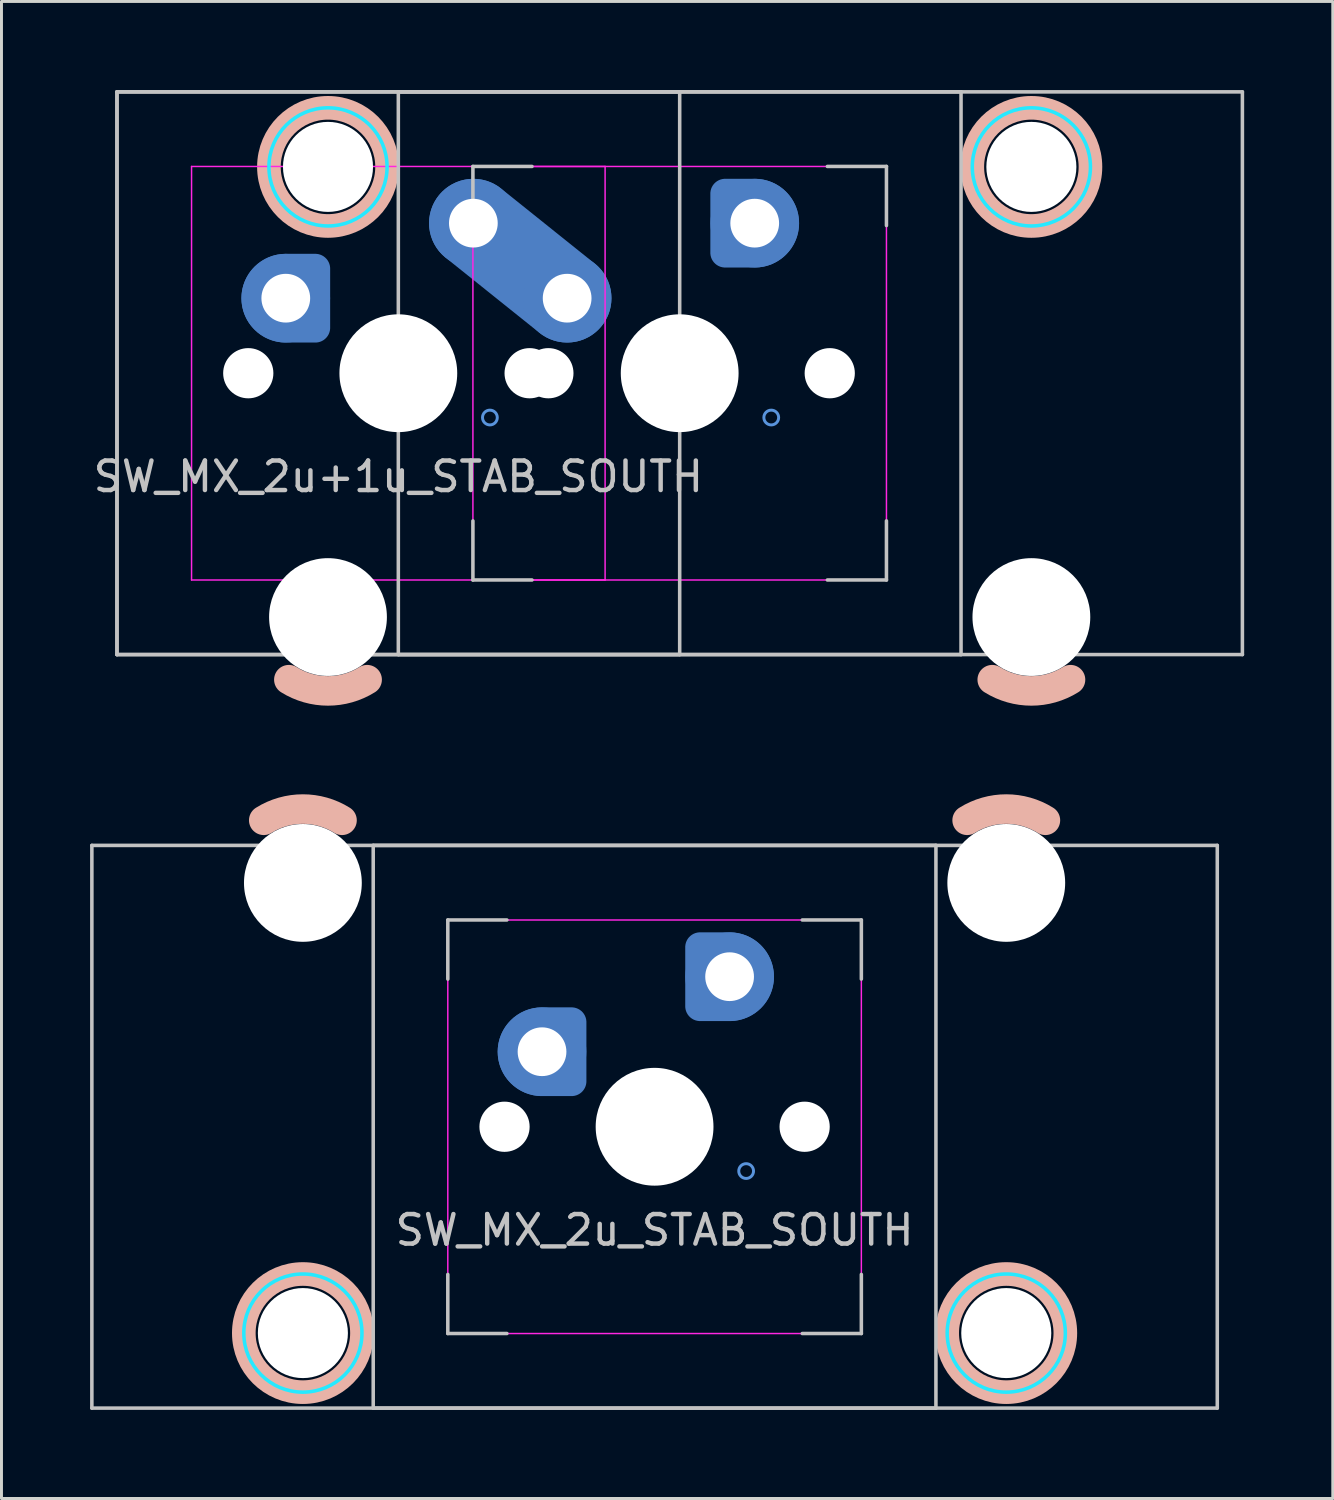
<source format=kicad_pcb>
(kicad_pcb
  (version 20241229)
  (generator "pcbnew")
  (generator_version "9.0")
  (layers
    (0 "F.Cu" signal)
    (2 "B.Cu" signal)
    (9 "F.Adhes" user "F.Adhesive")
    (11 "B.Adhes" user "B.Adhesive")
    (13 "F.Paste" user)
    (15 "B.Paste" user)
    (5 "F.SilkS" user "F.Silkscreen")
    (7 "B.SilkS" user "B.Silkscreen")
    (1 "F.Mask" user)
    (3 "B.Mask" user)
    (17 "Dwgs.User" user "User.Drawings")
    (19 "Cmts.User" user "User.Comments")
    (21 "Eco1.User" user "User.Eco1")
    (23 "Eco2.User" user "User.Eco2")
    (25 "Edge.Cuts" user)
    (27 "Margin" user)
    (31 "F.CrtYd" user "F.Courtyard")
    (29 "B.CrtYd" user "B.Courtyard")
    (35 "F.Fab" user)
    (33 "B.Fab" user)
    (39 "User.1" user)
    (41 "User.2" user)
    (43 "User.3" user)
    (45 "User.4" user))
  (footprint "SW_MX_2u+1u_STAB_SOUTH"
    (layer "F.Cu")
    (at 10.435 9.585)
    (property "Reference" "SW_MX_2u+1u_STAB_SOUTH" (at 0 3.5 0) (layer "Dwgs.User") (effects (font (size 1 1) (thickness 0.15))))
    (attr through_hole)
    (fp_arc (start -1.056252 10.374995) (mid -2.38125 10.755) (end -3.706248 10.374995) (stroke (width 1) (type default)) (layer "B.SilkS"))
    (fp_arc (start 22.756248 10.374995) (mid 21.43125 10.755) (end 20.106252 10.374995) (stroke (width 1) (type default)) (layer "B.SilkS"))
    (fp_circle (center -2.381 -6.985) (end -4.381 -6.985) (stroke (width 0.8) (type solid)) (fill no) (layer "B.SilkS"))
    (fp_circle (center 21.431 -6.985) (end 19.431 -6.985) (stroke (width 0.8) (type solid)) (fill no) (layer "B.SilkS"))
    (fp_line (start -9.525 -9.525) (end -9.525 9.525) (stroke (width 0.12) (type solid)) (layer "Dwgs.User"))
    (fp_line (start -9.525 -9.525) (end -9.525 9.525) (stroke (width 0.12) (type solid)) (layer "Dwgs.User"))
    (fp_line (start -9.525 -9.525) (end 28.575 -9.525) (stroke (width 0.12) (type solid)) (layer "Dwgs.User"))
    (fp_line (start -9.525 9.525) (end 9.525 9.525) (stroke (width 0.12) (type solid)) (layer "Dwgs.User"))
    (fp_line (start -9.525 9.525) (end 28.575 9.525) (stroke (width 0.12) (type solid)) (layer "Dwgs.User"))
    (fp_line (start 0 -9.525) (end 0 9.525) (stroke (width 0.12) (type solid)) (layer "Dwgs.User"))
    (fp_line (start 0 9.525) (end 19.05 9.525) (stroke (width 0.12) (type solid)) (layer "Dwgs.User"))
    (fp_line (start 2.525 -7) (end 4.525 -7) (stroke (width 0.12) (type solid)) (layer "Dwgs.User"))
    (fp_line (start 2.525 -5) (end 2.525 -7) (stroke (width 0.12) (type solid)) (layer "Dwgs.User"))
    (fp_line (start 2.525 7) (end 2.525 5) (stroke (width 0.12) (type solid)) (layer "Dwgs.User"))
    (fp_line (start 4.525 7) (end 2.525 7) (stroke (width 0.12) (type solid)) (layer "Dwgs.User"))
    (fp_line (start 9.525 -9.525) (end -9.525 -9.525) (stroke (width 0.12) (type solid)) (layer "Dwgs.User"))
    (fp_line (start 9.525 9.525) (end 9.525 -9.525) (stroke (width 0.12) (type solid)) (layer "Dwgs.User"))
    (fp_line (start 14.525 -7) (end 16.525 -7) (stroke (width 0.12) (type solid)) (layer "Dwgs.User"))
    (fp_line (start 14.525 7) (end 16.525 7) (stroke (width 0.12) (type solid)) (layer "Dwgs.User"))
    (fp_line (start 16.525 -7) (end 16.525 -5) (stroke (width 0.12) (type solid)) (layer "Dwgs.User"))
    (fp_line (start 16.525 7) (end 16.525 5) (stroke (width 0.12) (type solid)) (layer "Dwgs.User"))
    (fp_line (start 19.05 -9.525) (end 0 -9.525) (stroke (width 0.12) (type solid)) (layer "Dwgs.User"))
    (fp_line (start 19.05 9.525) (end 19.05 -9.525) (stroke (width 0.12) (type solid)) (layer "Dwgs.User"))
    (fp_line (start 28.575 -9.525) (end 28.575 9.525) (stroke (width 0.12) (type solid)) (layer "Dwgs.User"))
    (fp_circle (center -3.81 -2.54) (end -3.81 -2.79) (stroke (width 0.1) (type default)) (fill no) (layer "Cmts.User"))
    (fp_circle (center 2.54 -5.08) (end 2.54 -5.33) (stroke (width 0.1) (type default)) (fill no) (layer "Cmts.User"))
    (fp_circle (center 3.1 1.5) (end 3.35 1.5) (stroke (width 0.1) (type default)) (fill no) (layer "Cmts.User"))
    (fp_circle (center 5.715 -2.54) (end 5.715 -2.79) (stroke (width 0.1) (type default)) (fill no) (layer "Cmts.User"))
    (fp_circle (center 9.525 0) (end 9.525 -1) (stroke (width 0.1) (type default)) (fill no) (layer "Cmts.User"))
    (fp_circle (center 12.065 -5.08) (end 12.065 -5.33) (stroke (width 0.1) (type default)) (fill no) (layer "Cmts.User"))
    (fp_circle (center 12.065 -5.08) (end 12.065 -4.83) (stroke (width 0.1) (type default)) (fill no) (layer "Cmts.User"))
    (fp_circle (center 12.625 1.5) (end 12.875 1.5) (stroke (width 0.1) (type default)) (fill no) (layer "Cmts.User"))
    (fp_line (start -7 6.5) (end -7 -6.5) (stroke (width 0.05) (type solid)) (layer "Eco2.User"))
    (fp_line (start -6.5 -7) (end 6.5 -7) (stroke (width 0.05) (type solid)) (layer "Eco2.User"))
    (fp_line (start -5.756 -5.5) (end -5.756 7.5) (stroke (width 0.05) (type solid)) (layer "Eco2.User"))
    (fp_line (start -5.256 -6) (end 0.494 -6) (stroke (width 0.05) (type solid)) (layer "Eco2.User"))
    (fp_line (start -5.256 8) (end 0.494 8) (stroke (width 0.05) (type solid)) (layer "Eco2.User"))
    (fp_line (start 0.994 -5.5) (end 0.994 7.5) (stroke (width 0.05) (type solid)) (layer "Eco2.User"))
    (fp_line (start 2.525 6.5) (end 2.525 -6.5) (stroke (width 0.05) (type solid)) (layer "Eco2.User"))
    (fp_line (start 3.025 -7) (end 16.025 -7) (stroke (width 0.05) (type solid)) (layer "Eco2.User"))
    (fp_line (start 6.5 7) (end -6.5 7) (stroke (width 0.05) (type solid)) (layer "Eco2.User"))
    (fp_line (start 7 -6.5) (end 7 6.5) (stroke (width 0.05) (type solid)) (layer "Eco2.User"))
    (fp_line (start 16.025 7) (end 3.025 7) (stroke (width 0.05) (type solid)) (layer "Eco2.User"))
    (fp_line (start 16.525 -6.5) (end 16.525 6.5) (stroke (width 0.05) (type solid)) (layer "Eco2.User"))
    (fp_line (start 18.056 -5.5) (end 18.056 7.5) (stroke (width 0.05) (type solid)) (layer "Eco2.User"))
    (fp_line (start 18.556 -6) (end 24.305 -6) (stroke (width 0.05) (type solid)) (layer "Eco2.User"))
    (fp_line (start 18.556 8) (end 24.306 8) (stroke (width 0.05) (type solid)) (layer "Eco2.User"))
    (fp_line (start 24.805 -5.5) (end 24.806 7.5) (stroke (width 0.05) (type solid)) (layer "Eco2.User"))
    (fp_arc (start -7 -6.5) (mid -6.853553 -6.853553) (end -6.5 -7) (stroke (width 0.05) (type solid)) (layer "Eco2.User"))
    (fp_arc (start -6.5 7) (mid -6.853553 6.853553) (end -7 6.5) (stroke (width 0.05) (type solid)) (layer "Eco2.User"))
    (fp_arc (start -5.75625 -5.499999) (mid -5.609803 -5.853552) (end -5.25625 -5.999999) (stroke (width 0.05) (type solid)) (layer "Eco2.User"))
    (fp_arc (start -5.25625 8.000001) (mid -5.609803 7.853554) (end -5.75625 7.500001) (stroke (width 0.05) (type solid)) (layer "Eco2.User"))
    (fp_arc (start 0.49375 -5.999999) (mid 0.847303 -5.853552) (end 0.99375 -5.499999) (stroke (width 0.05) (type solid)) (layer "Eco2.User"))
    (fp_arc (start 0.99375 7.500001) (mid 0.847303 7.853554) (end 0.49375 8.000001) (stroke (width 0.05) (type solid)) (layer "Eco2.User"))
    (fp_arc (start 2.525 -6.5) (mid 2.671447 -6.853553) (end 3.025 -7) (stroke (width 0.05) (type solid)) (layer "Eco2.User"))
    (fp_arc (start 3.025 7) (mid 2.671447 6.853553) (end 2.525 6.5) (stroke (width 0.05) (type solid)) (layer "Eco2.User"))
    (fp_arc (start 6.5 -7) (mid 6.853553 -6.853553) (end 7 -6.5) (stroke (width 0.05) (type solid)) (layer "Eco2.User"))
    (fp_arc (start 6.997236 6.498884) (mid 6.850789 6.852437) (end 6.497236 6.998884) (stroke (width 0.05) (type solid)) (layer "Eco2.User"))
    (fp_arc (start 16.025 -7) (mid 16.378553 -6.853553) (end 16.525 -6.5) (stroke (width 0.05) (type solid)) (layer "Eco2.User"))
    (fp_arc (start 16.522236 6.498884) (mid 16.375797 6.85246) (end 16.022236 6.998884) (stroke (width 0.05) (type solid)) (layer "Eco2.User"))
    (fp_arc (start 18.05625 -5.499999) (mid 18.202685 -5.853564) (end 18.55625 -5.999999) (stroke (width 0.05) (type solid)) (layer "Eco2.User"))
    (fp_arc (start 18.55625 8.000001) (mid 18.202722 7.853529) (end 18.05625 7.500001) (stroke (width 0.05) (type solid)) (layer "Eco2.User"))
    (fp_arc (start 24.305039 -5.999999) (mid 24.658573 -5.853533) (end 24.805039 -5.499999) (stroke (width 0.05) (type solid)) (layer "Eco2.User"))
    (fp_arc (start 24.80625 7.500001) (mid 24.659813 7.853564) (end 24.30625 8.000001) (stroke (width 0.05) (type solid)) (layer "Eco2.User"))
    (fp_circle (center -2.381 -6.985) (end -0.381 -6.985) (stroke (width 0.12) (type solid)) (fill no) (layer "B.CrtYd"))
    (fp_circle (center 21.431 -6.985) (end 23.431 -6.985) (stroke (width 0.12) (type solid)) (fill no) (layer "B.CrtYd"))
    (fp_line (start -7 -7) (end -7 7) (stroke (width 0.05) (type solid)) (layer "F.CrtYd"))
    (fp_line (start -7 7) (end 7 7) (stroke (width 0.05) (type solid)) (layer "F.CrtYd"))
    (fp_line (start 2.525 -7) (end 2.525 7) (stroke (width 0.05) (type solid)) (layer "F.CrtYd"))
    (fp_line (start 2.525 7) (end 16.525 7) (stroke (width 0.05) (type solid)) (layer "F.CrtYd"))
    (fp_line (start 7 -7) (end -7 -7) (stroke (width 0.05) (type solid)) (layer "F.CrtYd"))
    (fp_line (start 7 7) (end 7 -7) (stroke (width 0.05) (type solid)) (layer "F.CrtYd"))
    (fp_line (start 16.525 -7) (end 2.525 -7) (stroke (width 0.05) (type solid)) (layer "F.CrtYd"))
    (fp_line (start 16.525 7) (end 16.525 -7) (stroke (width 0.05) (type solid)) (layer "F.CrtYd"))
    (pad "" np_thru_hole circle (at -5.08 0) (size 1.7 1.7) (drill 1.7) (layers "*.Cu" "*.Mask"))
    (pad "" np_thru_hole circle (at -2.381 -6.985) (size 3.048 3.048) (drill 3.048) (layers "*.Cu" "*.Mask"))
    (pad "" np_thru_hole circle (at -2.381 8.255) (size 3.988 3.988) (drill 3.988) (layers "*.Cu" "*.Mask"))
    (pad "" np_thru_hole circle (at 0 0) (size 3.988 3.988) (drill 3.988) (layers "*.Cu" "*.Mask"))
    (pad "" np_thru_hole circle (at 4.445 0) (size 1.7 1.7) (drill 1.7) (layers "*.Cu" "*.Mask"))
    (pad "" np_thru_hole circle (at 5.08 0) (size 1.7 1.7) (drill 1.7) (layers "*.Cu" "*.Mask"))
    (pad "" np_thru_hole circle (at 9.525 0) (size 3.988 3.988) (drill 3.988) (layers "*.Cu" "*.Mask"))
    (pad "" np_thru_hole circle (at 14.605 0) (size 1.7 1.7) (drill 1.7) (layers "*.Cu" "*.Mask"))
    (pad "" np_thru_hole circle (at 21.431 -6.985) (size 3.048 3.048) (drill 3.048) (layers "*.Cu" "*.Mask"))
    (pad "" np_thru_hole circle (at 21.431 8.255) (size 3.988 3.988) (drill 3.988) (layers "*.Cu" "*.Mask"))
    (pad "1" thru_hole circle (at -3.81 -2.54) (size 2 2) (drill 1.65) (layers "*.Cu") (remove_unused_layers yes) (keep_end_layers yes) (zone_layer_connections))
    (pad "1" smd custom (at -3.81 -2.54) (size 2.7 2.7) (layers "B.Cu" "B.Mask") (options (anchor circle)) (primitives (gr_poly (pts (arc (start 0 1.35) (mid -1.35 0) (end 0 -1.35)) (arc (start 0.9 -1.35) (mid 1.218198 -1.218198) (end 1.35 -0.9)) (arc (start 1.35 0.9) (mid 1.218198 1.218198) (end 0.9 1.35))) (width 0.004) (fill yes))))
    (pad "1" smd circle (at -3.81 -2.54) (size 3 3) (layers "B.Cu"))
    (pad "1" smd custom (at -3.81 -2.54) (size 3 3) (layers "B.Cu") (options (anchor circle)) (primitives (gr_poly (pts (arc (start 0 1.5) (mid -1.5 0) (end 0 -1.5)) (arc (start 1 -1.5) (mid 1.353554 -1.353554) (end 1.5 -1)) (arc (start 1.5 1) (mid 1.353554 1.353554) (end 1 1.5))) (width 0.004) (fill yes))))
    (pad "1" thru_hole circle (at 12.065 -5.08 180) (size 2 2) (drill 1.65) (layers "*.Cu") (remove_unused_layers yes) (keep_end_layers yes) (zone_layer_connections))
    (pad "1" smd custom (at 12.065 -5.08 180) (size 2.7 2.7) (layers "B.Cu" "B.Mask") (options (anchor circle)) (primitives (gr_poly (pts (arc (start 0 1.35) (mid -1.35 0) (end 0 -1.35)) (arc (start 0.9 -1.35) (mid 1.218198 -1.218198) (end 1.35 -0.9)) (arc (start 1.35 0.9) (mid 1.218198 1.218198) (end 0.9 1.35))) (width 0.004) (fill yes))))
    (pad "1" smd circle (at 12.065 -5.08 180) (size 3 3) (layers "B.Cu"))
    (pad "1" smd custom (at 12.065 -5.08 180) (size 3 3) (layers "B.Cu") (options (anchor circle)) (primitives (gr_poly (pts (arc (start 0 1.5) (mid -1.5 0) (end 0 -1.5)) (arc (start 1 -1.5) (mid 1.353554 -1.353554) (end 1.5 -1)) (arc (start 1.5 1) (mid 1.353554 1.353554) (end 1 1.5))) (width 0.004) (fill yes))))
    (pad "2" thru_hole circle (at 2.54 -5.08) (size 2 2) (drill 1.65) (layers "*.Cu") (remove_unused_layers yes) (keep_end_layers yes) (zone_layer_connections))
    (pad "2" smd circle (at 2.54 -5.08) (size 2.7 2.7) (layers "B.Cu" "B.Mask"))
    (pad "2" smd circle (at 2.54 -5.08) (size 3 3) (layers "B.Cu"))
    (pad "2" smd oval (at 4.128 -3.81 321.3) (size 6.033 2) (layers "F.Cu"))
    (pad "2" smd oval (at 4.128 -3.81 321.3) (size 7.066 3) (layers "B.Cu"))
    (pad "2" thru_hole circle (at 5.715 -2.54) (size 2 2) (drill 1.65) (layers "*.Cu") (remove_unused_layers yes) (keep_end_layers yes) (zone_layer_connections))
    (pad "2" smd circle (at 5.715 -2.54) (size 2.7 2.7) (layers "B.Cu" "B.Mask"))
    (pad "2" smd circle (at 5.715 -2.54) (size 3 3) (layers "B.Cu")))
  (footprint "SW_MX_2u_STAB_SOUTH"
    (layer "F.Cu")
    (at 19.11 35.095)
    (property "Reference" "SW_MX_2u_STAB_SOUTH" (at 0 3.5 0) (layer "Dwgs.User") (effects (font (size 1 1) (thickness 0.15))))
    (attr through_hole)
    (fp_arc (start -13.231248 -10.374995) (mid -11.90625 -10.755) (end -10.581252 -10.374995) (stroke (width 1) (type default)) (layer "B.SilkS"))
    (fp_arc (start 10.581252 -10.374995) (mid 11.90625 -10.755) (end 13.231248 -10.374995) (stroke (width 1) (type default)) (layer "B.SilkS"))
    (fp_circle (center -11.906 6.985) (end -9.906 6.985) (stroke (width 0.8) (type solid)) (fill no) (layer "B.SilkS"))
    (fp_circle (center 11.906 6.985) (end 13.906 6.985) (stroke (width 0.8) (type solid)) (fill no) (layer "B.SilkS"))
    (fp_line (start -19.05 9.525) (end -19.05 -9.525) (stroke (width 0.12) (type solid)) (layer "Dwgs.User"))
    (fp_line (start -9.525 -9.525) (end -9.525 9.525) (stroke (width 0.12) (type solid)) (layer "Dwgs.User"))
    (fp_line (start -9.525 9.525) (end 9.525 9.525) (stroke (width 0.12) (type solid)) (layer "Dwgs.User"))
    (fp_line (start -7 -7) (end -7 -5) (stroke (width 0.12) (type solid)) (layer "Dwgs.User"))
    (fp_line (start -7 7) (end -7 5) (stroke (width 0.12) (type solid)) (layer "Dwgs.User"))
    (fp_line (start -5 -7) (end -7 -7) (stroke (width 0.12) (type solid)) (layer "Dwgs.User"))
    (fp_line (start -5 7) (end -7 7) (stroke (width 0.12) (type solid)) (layer "Dwgs.User"))
    (fp_line (start 5 -7) (end 7 -7) (stroke (width 0.12) (type solid)) (layer "Dwgs.User"))
    (fp_line (start 7 -7) (end 7 -5) (stroke (width 0.12) (type solid)) (layer "Dwgs.User"))
    (fp_line (start 7 5) (end 7 7) (stroke (width 0.12) (type solid)) (layer "Dwgs.User"))
    (fp_line (start 7 7) (end 5 7) (stroke (width 0.12) (type solid)) (layer "Dwgs.User"))
    (fp_line (start 9.525 -9.525) (end -9.525 -9.525) (stroke (width 0.12) (type solid)) (layer "Dwgs.User"))
    (fp_line (start 9.525 9.525) (end 9.525 -9.525) (stroke (width 0.12) (type solid)) (layer "Dwgs.User"))
    (fp_line (start 19.05 -9.525) (end -19.05 -9.525) (stroke (width 0.12) (type solid)) (layer "Dwgs.User"))
    (fp_line (start 19.05 9.525) (end -19.05 9.525) (stroke (width 0.12) (type solid)) (layer "Dwgs.User"))
    (fp_line (start 19.05 9.525) (end 19.05 -9.525) (stroke (width 0.12) (type solid)) (layer "Dwgs.User"))
    (fp_circle (center -3.81 -2.54) (end -3.81 -2.79) (stroke (width 0.1) (type default)) (fill no) (layer "Cmts.User"))
    (fp_circle (center 0 0) (end 0 1) (stroke (width 0.1) (type default)) (fill no) (layer "Cmts.User"))
    (fp_circle (center 2.54 -5.08) (end 2.54 -5.33) (stroke (width 0.1) (type default)) (fill no) (layer "Cmts.User"))
    (fp_circle (center 3.1 1.5) (end 3.35 1.5) (stroke (width 0.1) (type default)) (fill no) (layer "Cmts.User"))
    (fp_line (start -15.28 5.5) (end -15.281 -7.5) (stroke (width 0.05) (type solid)) (layer "Eco2.User"))
    (fp_line (start -9.031 -8) (end -14.781 -8) (stroke (width 0.05) (type solid)) (layer "Eco2.User"))
    (fp_line (start -9.031 6) (end -14.78 6) (stroke (width 0.05) (type solid)) (layer "Eco2.User"))
    (fp_line (start -8.531 5.5) (end -8.531 -7.5) (stroke (width 0.05) (type solid)) (layer "Eco2.User"))
    (fp_line (start -7 6.5) (end -7 -6.5) (stroke (width 0.05) (type solid)) (layer "Eco2.User"))
    (fp_line (start -6.5 -7) (end 6.5 -7) (stroke (width 0.05) (type solid)) (layer "Eco2.User"))
    (fp_line (start 6.5 7) (end -6.5 7) (stroke (width 0.05) (type solid)) (layer "Eco2.User"))
    (fp_line (start 7 -6.5) (end 7 6.5) (stroke (width 0.05) (type solid)) (layer "Eco2.User"))
    (fp_line (start 8.531 5.5) (end 8.531 -7.5) (stroke (width 0.05) (type solid)) (layer "Eco2.User"))
    (fp_line (start 14.781 -8) (end 9.031 -8) (stroke (width 0.05) (type solid)) (layer "Eco2.User"))
    (fp_line (start 14.781 6) (end 9.031 6) (stroke (width 0.05) (type solid)) (layer "Eco2.User"))
    (fp_line (start 15.281 5.5) (end 15.281 -7.5) (stroke (width 0.05) (type solid)) (layer "Eco2.User"))
    (fp_arc (start -15.28125 -7.500001) (mid -15.134813 -7.853564) (end -14.78125 -8.000001) (stroke (width 0.05) (type solid)) (layer "Eco2.User"))
    (fp_arc (start -14.780039 5.999999) (mid -15.133573 5.853533) (end -15.280039 5.499999) (stroke (width 0.05) (type solid)) (layer "Eco2.User"))
    (fp_arc (start -9.03125 -8.000001) (mid -8.677722 -7.853529) (end -8.53125 -7.500001) (stroke (width 0.05) (type solid)) (layer "Eco2.User"))
    (fp_arc (start -8.53125 5.499999) (mid -8.677685 5.853564) (end -9.03125 5.999999) (stroke (width 0.05) (type solid)) (layer "Eco2.User"))
    (fp_arc (start -7 -6.5) (mid -6.853553 -6.853553) (end -6.5 -7) (stroke (width 0.05) (type solid)) (layer "Eco2.User"))
    (fp_arc (start -6.5 7) (mid -6.853553 6.853553) (end -7 6.5) (stroke (width 0.05) (type solid)) (layer "Eco2.User"))
    (fp_arc (start 6.5 -7) (mid 6.853553 -6.853553) (end 7 -6.5) (stroke (width 0.05) (type solid)) (layer "Eco2.User"))
    (fp_arc (start 6.997236 6.498884) (mid 6.850789 6.852437) (end 6.497236 6.998884) (stroke (width 0.05) (type solid)) (layer "Eco2.User"))
    (fp_arc (start 8.53125 -7.500001) (mid 8.677697 -7.853554) (end 9.03125 -8.000001) (stroke (width 0.05) (type solid)) (layer "Eco2.User"))
    (fp_arc (start 9.03125 5.999999) (mid 8.677697 5.853552) (end 8.53125 5.499999) (stroke (width 0.05) (type solid)) (layer "Eco2.User"))
    (fp_arc (start 14.78125 -8.000001) (mid 15.134803 -7.853554) (end 15.28125 -7.500001) (stroke (width 0.05) (type solid)) (layer "Eco2.User"))
    (fp_arc (start 15.28125 5.499999) (mid 15.134803 5.853552) (end 14.78125 5.999999) (stroke (width 0.05) (type solid)) (layer "Eco2.User"))
    (fp_circle (center -11.906 6.985) (end -13.906 6.985) (stroke (width 0.12) (type solid)) (fill no) (layer "B.CrtYd"))
    (fp_circle (center 11.906 6.985) (end 9.906 6.985) (stroke (width 0.12) (type solid)) (fill no) (layer "B.CrtYd"))
    (fp_line (start -7 -7) (end -7 7) (stroke (width 0.05) (type solid)) (layer "F.CrtYd"))
    (fp_line (start -7 7) (end 7 7) (stroke (width 0.05) (type solid)) (layer "F.CrtYd"))
    (fp_line (start 7 -7) (end -7 -7) (stroke (width 0.05) (type solid)) (layer "F.CrtYd"))
    (fp_line (start 7 7) (end 7 -7) (stroke (width 0.05) (type solid)) (layer "F.CrtYd"))
    (pad "" np_thru_hole circle (at -11.906 -8.255 180) (size 3.988 3.988) (drill 3.988) (layers "*.Cu" "*.Mask"))
    (pad "" np_thru_hole circle (at -11.906 6.985 180) (size 3.048 3.048) (drill 3.048) (layers "*.Cu" "*.Mask"))
    (pad "" np_thru_hole circle (at -5.08 0) (size 1.7 1.7) (drill 1.7) (layers "*.Cu" "*.Mask"))
    (pad "" np_thru_hole circle (at 0 0) (size 3.988 3.988) (drill 3.988) (layers "*.Cu" "*.Mask"))
    (pad "" np_thru_hole circle (at 5.08 0) (size 1.7 1.7) (drill 1.7) (layers "*.Cu" "*.Mask"))
    (pad "" np_thru_hole circle (at 11.906 -8.255 180) (size 3.988 3.988) (drill 3.988) (layers "*.Cu" "*.Mask"))
    (pad "" np_thru_hole circle (at 11.906 6.985 180) (size 3.048 3.048) (drill 3.048) (layers "*.Cu" "*.Mask"))
    (pad "1" thru_hole circle (at -3.81 -2.54) (size 2 2) (drill 1.65) (layers "*.Cu") (remove_unused_layers yes) (keep_end_layers yes) (zone_layer_connections))
    (pad "1" smd custom (at -3.81 -2.54) (size 2.7 2.7) (layers "B.Cu" "B.Mask") (options (anchor circle)) (primitives (gr_poly (pts (arc (start 0 1.35) (mid -1.35 0) (end 0 -1.35)) (arc (start 0.9 -1.35) (mid 1.218198 -1.218198) (end 1.35 -0.9)) (arc (start 1.35 0.9) (mid 1.218198 1.218198) (end 0.9 1.35))) (width 0.004) (fill yes))))
    (pad "1" smd circle (at -3.81 -2.54) (size 3 3) (layers "B.Cu"))
    (pad "1" smd custom (at -3.81 -2.54) (size 3 3) (layers "B.Cu") (options (anchor circle)) (primitives (gr_poly (pts (arc (start 0 1.5) (mid -1.5 0) (end 0 -1.5)) (arc (start 1 -1.5) (mid 1.353554 -1.353554) (end 1.5 -1)) (arc (start 1.5 1) (mid 1.353554 1.353554) (end 1 1.5))) (width 0.004) (fill yes))))
    (pad "2" thru_hole circle (at 2.54 -5.08 180) (size 2 2) (drill 1.65) (layers "*.Cu") (remove_unused_layers yes) (keep_end_layers yes) (zone_layer_connections))
    (pad "2" smd custom (at 2.54 -5.08 180) (size 2.7 2.7) (layers "B.Cu" "B.Mask") (options (anchor circle)) (primitives (gr_poly (pts (arc (start 0 1.35) (mid -1.35 0) (end 0 -1.35)) (arc (start 0.9 -1.35) (mid 1.218198 -1.218198) (end 1.35 -0.9)) (arc (start 1.35 0.9) (mid 1.218198 1.218198) (end 0.9 1.35))) (width 0.004) (fill yes))))
    (pad "2" smd circle (at 2.54 -5.08) (size 3 3) (layers "B.Cu"))
    (pad "2" smd custom (at 2.54 -5.08 180) (size 3 3) (layers "B.Cu") (options (anchor circle)) (primitives (gr_poly (pts (arc (start 0 1.5) (mid -1.5 0) (end 0 -1.5)) (arc (start 1 -1.5) (mid 1.353554 -1.353554) (end 1.5 -1)) (arc (start 1.5 1) (mid 1.353554 1.353554) (end 1 1.5))) (width 0.004) (fill yes)))))
  (gr_rect
    (start -3 -3)
    (end 42.07 47.68)
    (stroke (width 0.1) (type default))
    (fill no)
    (layer "Edge.Cuts")))
</source>
